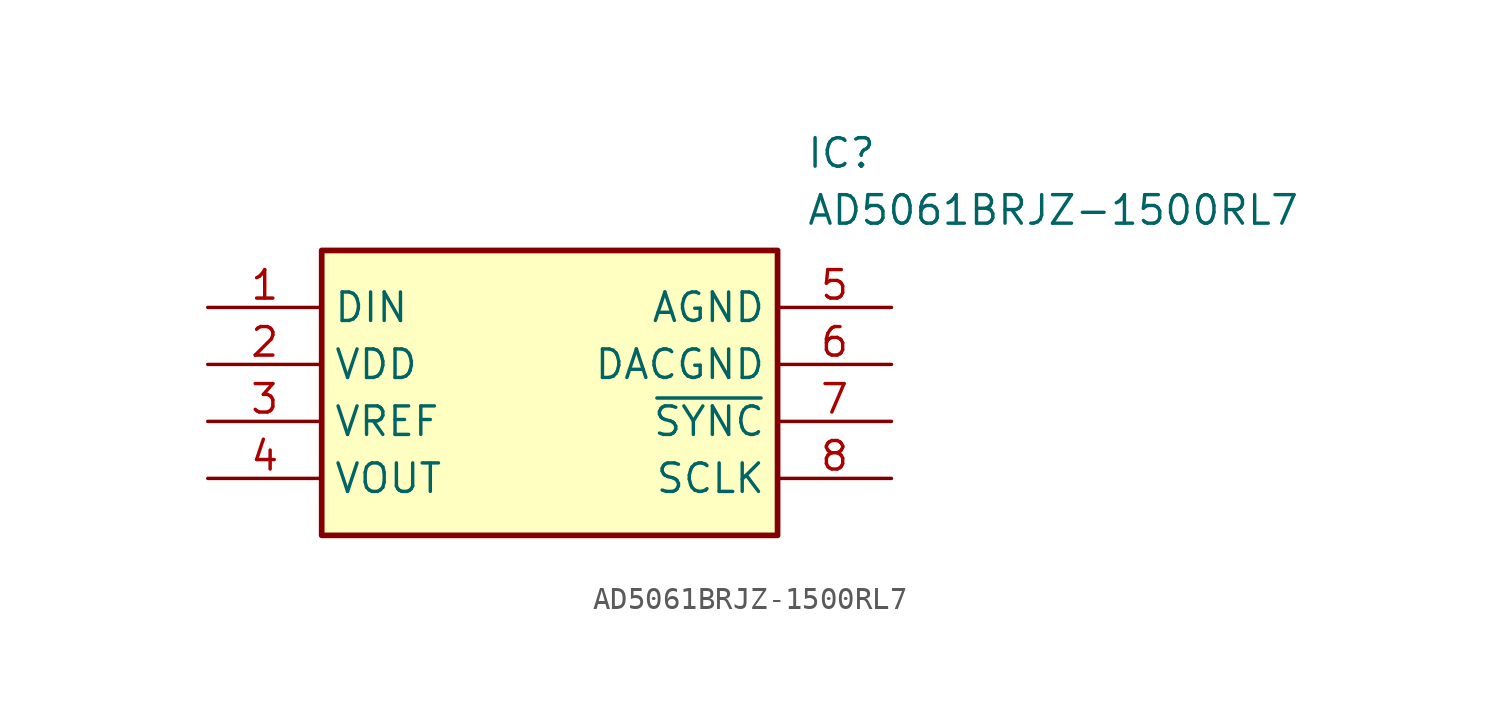
<source format=kicad_sym>
(kicad_symbol_lib
  (version 20220914)
  (generator kicad_symbol_editor)
  (symbol "AD5061BRJZ-1500RL7"
    (property "Reference" "IC"
      (at 26.67 7.62 0)
      (effects (font (size 1.27 1.27)) (justify left top)))
    (property "Value" "AD5061BRJZ-1500RL7"
      (at 26.67 5.08 0)
      (effects (font (size 1.27 1.27)) (justify left top)))
    (symbol "AD5061BRJZ-1500RL7_1_1"
      (rectangle (start 5.08 2.54) (end 25.4 -10.16) (stroke (width 0.254) (type default)) (fill (type background)))
      (pin passive line (at 0 0 0) (length 5.08) (name "DIN" (effects (font (size 1.27 1.27)))) (number "1" (effects (font (size 1.27 1.27)))))
      (pin passive line (at 0 -2.54 0) (length 5.08) (name "VDD" (effects (font (size 1.27 1.27)))) (number "2" (effects (font (size 1.27 1.27)))))
      (pin passive line (at 0 -5.08 0) (length 5.08) (name "VREF" (effects (font (size 1.27 1.27)))) (number "3" (effects (font (size 1.27 1.27)))))
      (pin passive line (at 0 -7.62 0) (length 5.08) (name "VOUT" (effects (font (size 1.27 1.27)))) (number "4" (effects (font (size 1.27 1.27)))))
      (pin passive line (at 30.48 0 180) (length 5.08) (name "AGND" (effects (font (size 1.27 1.27)))) (number "5" (effects (font (size 1.27 1.27)))))
      (pin passive line (at 30.48 -2.54 180) (length 5.08) (name "DACGND" (effects (font (size 1.27 1.27)))) (number "6" (effects (font (size 1.27 1.27)))))
      (pin passive line (at 30.48 -5.08 180) (length 5.08) (name "~{SYNC}" (effects (font (size 1.27 1.27)))) (number "7" (effects (font (size 1.27 1.27)))))
      (pin passive line (at 30.48 -7.62 180) (length 5.08) (name "SCLK" (effects (font (size 1.27 1.27)))) (number "8" (effects (font (size 1.27 1.27))))))))
</source>
